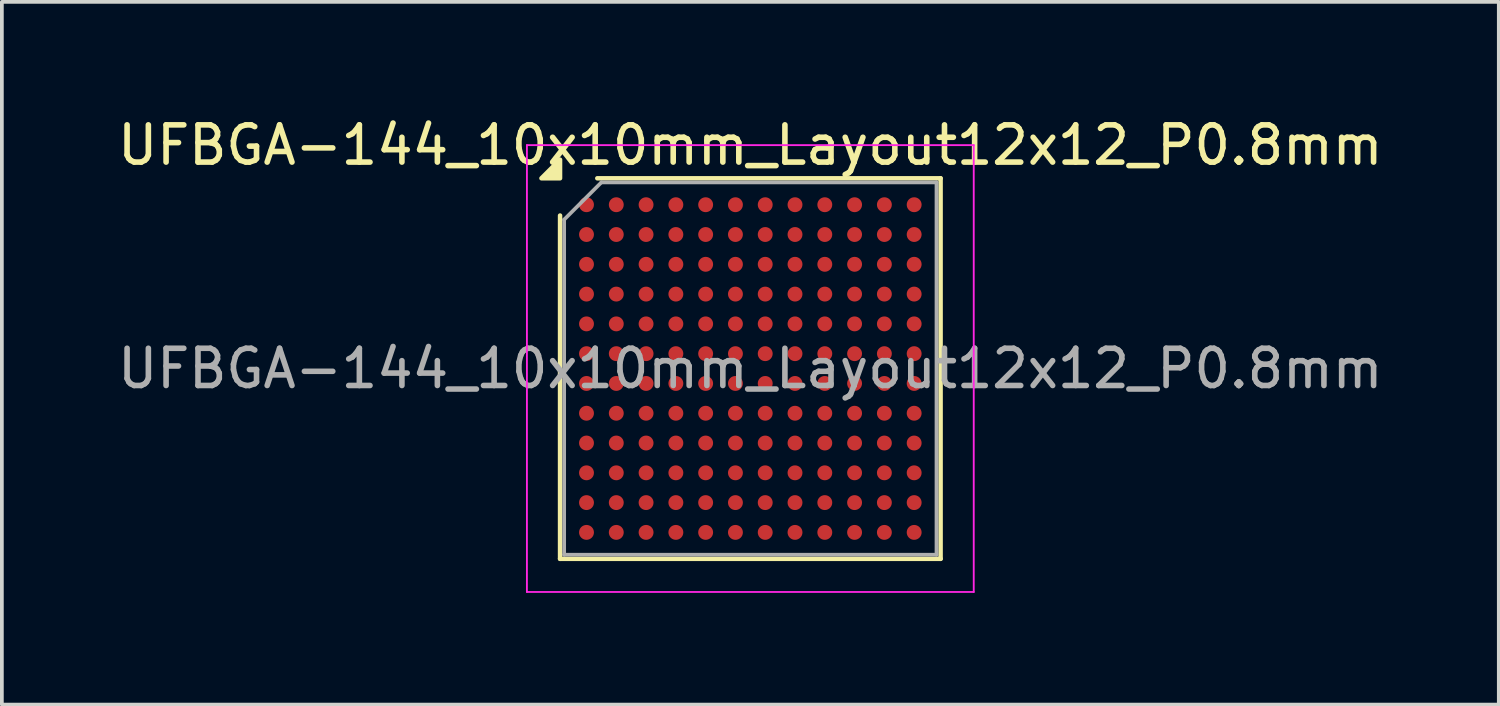
<source format=kicad_pcb>
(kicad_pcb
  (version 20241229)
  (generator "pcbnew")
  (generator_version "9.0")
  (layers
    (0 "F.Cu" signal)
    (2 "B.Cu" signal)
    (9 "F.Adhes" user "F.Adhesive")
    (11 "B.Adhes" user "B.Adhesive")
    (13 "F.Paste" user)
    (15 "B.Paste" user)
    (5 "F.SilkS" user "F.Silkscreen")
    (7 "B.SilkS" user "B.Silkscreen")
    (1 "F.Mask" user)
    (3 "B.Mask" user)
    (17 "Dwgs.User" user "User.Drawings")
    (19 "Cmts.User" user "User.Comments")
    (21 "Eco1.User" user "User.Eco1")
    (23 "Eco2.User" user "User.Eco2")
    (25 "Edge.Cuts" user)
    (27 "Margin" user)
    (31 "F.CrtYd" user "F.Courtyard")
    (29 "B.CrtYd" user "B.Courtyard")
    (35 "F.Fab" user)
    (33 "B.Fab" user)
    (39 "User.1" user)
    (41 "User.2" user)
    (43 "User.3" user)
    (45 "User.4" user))
  (footprint "UFBGA-144_10x10mm_Layout12x12_P0.8mm"
    (layer "F.Cu")
    (at 17.101 6.848)
    (property "Reference" "UFBGA-144_10x10mm_Layout12x12_P0.8mm" (at 0 -6 0) (layer "F.SilkS") (effects (font (size 1 1) (thickness 0.15))))
    (attr smd)
    (fp_line (start -5.11 5.11) (end -5.11 -4.11) (stroke (width 0.12) (type solid)) (layer "F.SilkS"))
    (fp_line (start -4.11 -5.11) (end 5.11 -5.11) (stroke (width 0.12) (type solid)) (layer "F.SilkS"))
    (fp_line (start 5.11 -5.11) (end 5.11 5.11) (stroke (width 0.12) (type solid)) (layer "F.SilkS"))
    (fp_line (start 5.11 5.11) (end -5.11 5.11) (stroke (width 0.12) (type solid)) (layer "F.SilkS"))
    (fp_poly (pts (xy -5.11 -5.11) (xy -5.61 -5.11) (xy -5.11 -5.61)) (stroke (width 0.12) (type solid)) (fill yes) (layer "F.SilkS"))
    (fp_line (start -6 -6) (end -6 6) (stroke (width 0.05) (type solid)) (layer "F.CrtYd"))
    (fp_line (start -6 6) (end 6 6) (stroke (width 0.05) (type solid)) (layer "F.CrtYd"))
    (fp_line (start 6 -6) (end -6 -6) (stroke (width 0.05) (type solid)) (layer "F.CrtYd"))
    (fp_line (start 6 6) (end 6 -6) (stroke (width 0.05) (type solid)) (layer "F.CrtYd"))
    (fp_line (start -5 -4) (end -4 -5) (stroke (width 0.1) (type solid)) (layer "F.Fab"))
    (fp_line (start -5 5) (end -5 -4) (stroke (width 0.1) (type solid)) (layer "F.Fab"))
    (fp_line (start -4 -5) (end 5 -5) (stroke (width 0.1) (type solid)) (layer "F.Fab"))
    (fp_line (start 5 -5) (end 5 5) (stroke (width 0.1) (type solid)) (layer "F.Fab"))
    (fp_line (start 5 5) (end -5 5) (stroke (width 0.1) (type solid)) (layer "F.Fab"))
    (fp_text user "${REFERENCE}" (at 0 0 0) (layer "F.Fab") (effects (font (size 1 1) (thickness 0.15))))
    (pad "A1" smd circle (at -4.4 -4.4) (size 0.4 0.4) (property pad_prop_bga) (layers "F.Cu" "F.Mask" "F.Paste"))
    (pad "A2" smd circle (at -3.6 -4.4) (size 0.4 0.4) (property pad_prop_bga) (layers "F.Cu" "F.Mask" "F.Paste"))
    (pad "A3" smd circle (at -2.8 -4.4) (size 0.4 0.4) (property pad_prop_bga) (layers "F.Cu" "F.Mask" "F.Paste"))
    (pad "A4" smd circle (at -2 -4.4) (size 0.4 0.4) (property pad_prop_bga) (layers "F.Cu" "F.Mask" "F.Paste"))
    (pad "A5" smd circle (at -1.2 -4.4) (size 0.4 0.4) (property pad_prop_bga) (layers "F.Cu" "F.Mask" "F.Paste"))
    (pad "A6" smd circle (at -0.4 -4.4) (size 0.4 0.4) (property pad_prop_bga) (layers "F.Cu" "F.Mask" "F.Paste"))
    (pad "A7" smd circle (at 0.4 -4.4) (size 0.4 0.4) (property pad_prop_bga) (layers "F.Cu" "F.Mask" "F.Paste"))
    (pad "A8" smd circle (at 1.2 -4.4) (size 0.4 0.4) (property pad_prop_bga) (layers "F.Cu" "F.Mask" "F.Paste"))
    (pad "A9" smd circle (at 2 -4.4) (size 0.4 0.4) (property pad_prop_bga) (layers "F.Cu" "F.Mask" "F.Paste"))
    (pad "A10" smd circle (at 2.8 -4.4) (size 0.4 0.4) (property pad_prop_bga) (layers "F.Cu" "F.Mask" "F.Paste"))
    (pad "A11" smd circle (at 3.6 -4.4) (size 0.4 0.4) (property pad_prop_bga) (layers "F.Cu" "F.Mask" "F.Paste"))
    (pad "A12" smd circle (at 4.4 -4.4) (size 0.4 0.4) (property pad_prop_bga) (layers "F.Cu" "F.Mask" "F.Paste"))
    (pad "B1" smd circle (at -4.4 -3.6) (size 0.4 0.4) (property pad_prop_bga) (layers "F.Cu" "F.Mask" "F.Paste"))
    (pad "B2" smd circle (at -3.6 -3.6) (size 0.4 0.4) (property pad_prop_bga) (layers "F.Cu" "F.Mask" "F.Paste"))
    (pad "B3" smd circle (at -2.8 -3.6) (size 0.4 0.4) (property pad_prop_bga) (layers "F.Cu" "F.Mask" "F.Paste"))
    (pad "B4" smd circle (at -2 -3.6) (size 0.4 0.4) (property pad_prop_bga) (layers "F.Cu" "F.Mask" "F.Paste"))
    (pad "B5" smd circle (at -1.2 -3.6) (size 0.4 0.4) (property pad_prop_bga) (layers "F.Cu" "F.Mask" "F.Paste"))
    (pad "B6" smd circle (at -0.4 -3.6) (size 0.4 0.4) (property pad_prop_bga) (layers "F.Cu" "F.Mask" "F.Paste"))
    (pad "B7" smd circle (at 0.4 -3.6) (size 0.4 0.4) (property pad_prop_bga) (layers "F.Cu" "F.Mask" "F.Paste"))
    (pad "B8" smd circle (at 1.2 -3.6) (size 0.4 0.4) (property pad_prop_bga) (layers "F.Cu" "F.Mask" "F.Paste"))
    (pad "B9" smd circle (at 2 -3.6) (size 0.4 0.4) (property pad_prop_bga) (layers "F.Cu" "F.Mask" "F.Paste"))
    (pad "B10" smd circle (at 2.8 -3.6) (size 0.4 0.4) (property pad_prop_bga) (layers "F.Cu" "F.Mask" "F.Paste"))
    (pad "B11" smd circle (at 3.6 -3.6) (size 0.4 0.4) (property pad_prop_bga) (layers "F.Cu" "F.Mask" "F.Paste"))
    (pad "B12" smd circle (at 4.4 -3.6) (size 0.4 0.4) (property pad_prop_bga) (layers "F.Cu" "F.Mask" "F.Paste"))
    (pad "C1" smd circle (at -4.4 -2.8) (size 0.4 0.4) (property pad_prop_bga) (layers "F.Cu" "F.Mask" "F.Paste"))
    (pad "C2" smd circle (at -3.6 -2.8) (size 0.4 0.4) (property pad_prop_bga) (layers "F.Cu" "F.Mask" "F.Paste"))
    (pad "C3" smd circle (at -2.8 -2.8) (size 0.4 0.4) (property pad_prop_bga) (layers "F.Cu" "F.Mask" "F.Paste"))
    (pad "C4" smd circle (at -2 -2.8) (size 0.4 0.4) (property pad_prop_bga) (layers "F.Cu" "F.Mask" "F.Paste"))
    (pad "C5" smd circle (at -1.2 -2.8) (size 0.4 0.4) (property pad_prop_bga) (layers "F.Cu" "F.Mask" "F.Paste"))
    (pad "C6" smd circle (at -0.4 -2.8) (size 0.4 0.4) (property pad_prop_bga) (layers "F.Cu" "F.Mask" "F.Paste"))
    (pad "C7" smd circle (at 0.4 -2.8) (size 0.4 0.4) (property pad_prop_bga) (layers "F.Cu" "F.Mask" "F.Paste"))
    (pad "C8" smd circle (at 1.2 -2.8) (size 0.4 0.4) (property pad_prop_bga) (layers "F.Cu" "F.Mask" "F.Paste"))
    (pad "C9" smd circle (at 2 -2.8) (size 0.4 0.4) (property pad_prop_bga) (layers "F.Cu" "F.Mask" "F.Paste"))
    (pad "C10" smd circle (at 2.8 -2.8) (size 0.4 0.4) (property pad_prop_bga) (layers "F.Cu" "F.Mask" "F.Paste"))
    (pad "C11" smd circle (at 3.6 -2.8) (size 0.4 0.4) (property pad_prop_bga) (layers "F.Cu" "F.Mask" "F.Paste"))
    (pad "C12" smd circle (at 4.4 -2.8) (size 0.4 0.4) (property pad_prop_bga) (layers "F.Cu" "F.Mask" "F.Paste"))
    (pad "D1" smd circle (at -4.4 -2) (size 0.4 0.4) (property pad_prop_bga) (layers "F.Cu" "F.Mask" "F.Paste"))
    (pad "D2" smd circle (at -3.6 -2) (size 0.4 0.4) (property pad_prop_bga) (layers "F.Cu" "F.Mask" "F.Paste"))
    (pad "D3" smd circle (at -2.8 -2) (size 0.4 0.4) (property pad_prop_bga) (layers "F.Cu" "F.Mask" "F.Paste"))
    (pad "D4" smd circle (at -2 -2) (size 0.4 0.4) (property pad_prop_bga) (layers "F.Cu" "F.Mask" "F.Paste"))
    (pad "D5" smd circle (at -1.2 -2) (size 0.4 0.4) (property pad_prop_bga) (layers "F.Cu" "F.Mask" "F.Paste"))
    (pad "D6" smd circle (at -0.4 -2) (size 0.4 0.4) (property pad_prop_bga) (layers "F.Cu" "F.Mask" "F.Paste"))
    (pad "D7" smd circle (at 0.4 -2) (size 0.4 0.4) (property pad_prop_bga) (layers "F.Cu" "F.Mask" "F.Paste"))
    (pad "D8" smd circle (at 1.2 -2) (size 0.4 0.4) (property pad_prop_bga) (layers "F.Cu" "F.Mask" "F.Paste"))
    (pad "D9" smd circle (at 2 -2) (size 0.4 0.4) (property pad_prop_bga) (layers "F.Cu" "F.Mask" "F.Paste"))
    (pad "D10" smd circle (at 2.8 -2) (size 0.4 0.4) (property pad_prop_bga) (layers "F.Cu" "F.Mask" "F.Paste"))
    (pad "D11" smd circle (at 3.6 -2) (size 0.4 0.4) (property pad_prop_bga) (layers "F.Cu" "F.Mask" "F.Paste"))
    (pad "D12" smd circle (at 4.4 -2) (size 0.4 0.4) (property pad_prop_bga) (layers "F.Cu" "F.Mask" "F.Paste"))
    (pad "E1" smd circle (at -4.4 -1.2) (size 0.4 0.4) (property pad_prop_bga) (layers "F.Cu" "F.Mask" "F.Paste"))
    (pad "E2" smd circle (at -3.6 -1.2) (size 0.4 0.4) (property pad_prop_bga) (layers "F.Cu" "F.Mask" "F.Paste"))
    (pad "E3" smd circle (at -2.8 -1.2) (size 0.4 0.4) (property pad_prop_bga) (layers "F.Cu" "F.Mask" "F.Paste"))
    (pad "E4" smd circle (at -2 -1.2) (size 0.4 0.4) (property pad_prop_bga) (layers "F.Cu" "F.Mask" "F.Paste"))
    (pad "E5" smd circle (at -1.2 -1.2) (size 0.4 0.4) (property pad_prop_bga) (layers "F.Cu" "F.Mask" "F.Paste"))
    (pad "E6" smd circle (at -0.4 -1.2) (size 0.4 0.4) (property pad_prop_bga) (layers "F.Cu" "F.Mask" "F.Paste"))
    (pad "E7" smd circle (at 0.4 -1.2) (size 0.4 0.4) (property pad_prop_bga) (layers "F.Cu" "F.Mask" "F.Paste"))
    (pad "E8" smd circle (at 1.2 -1.2) (size 0.4 0.4) (property pad_prop_bga) (layers "F.Cu" "F.Mask" "F.Paste"))
    (pad "E9" smd circle (at 2 -1.2) (size 0.4 0.4) (property pad_prop_bga) (layers "F.Cu" "F.Mask" "F.Paste"))
    (pad "E10" smd circle (at 2.8 -1.2) (size 0.4 0.4) (property pad_prop_bga) (layers "F.Cu" "F.Mask" "F.Paste"))
    (pad "E11" smd circle (at 3.6 -1.2) (size 0.4 0.4) (property pad_prop_bga) (layers "F.Cu" "F.Mask" "F.Paste"))
    (pad "E12" smd circle (at 4.4 -1.2) (size 0.4 0.4) (property pad_prop_bga) (layers "F.Cu" "F.Mask" "F.Paste"))
    (pad "F1" smd circle (at -4.4 -0.4) (size 0.4 0.4) (property pad_prop_bga) (layers "F.Cu" "F.Mask" "F.Paste"))
    (pad "F2" smd circle (at -3.6 -0.4) (size 0.4 0.4) (property pad_prop_bga) (layers "F.Cu" "F.Mask" "F.Paste"))
    (pad "F3" smd circle (at -2.8 -0.4) (size 0.4 0.4) (property pad_prop_bga) (layers "F.Cu" "F.Mask" "F.Paste"))
    (pad "F4" smd circle (at -2 -0.4) (size 0.4 0.4) (property pad_prop_bga) (layers "F.Cu" "F.Mask" "F.Paste"))
    (pad "F5" smd circle (at -1.2 -0.4) (size 0.4 0.4) (property pad_prop_bga) (layers "F.Cu" "F.Mask" "F.Paste"))
    (pad "F6" smd circle (at -0.4 -0.4) (size 0.4 0.4) (property pad_prop_bga) (layers "F.Cu" "F.Mask" "F.Paste"))
    (pad "F7" smd circle (at 0.4 -0.4) (size 0.4 0.4) (property pad_prop_bga) (layers "F.Cu" "F.Mask" "F.Paste"))
    (pad "F8" smd circle (at 1.2 -0.4) (size 0.4 0.4) (property pad_prop_bga) (layers "F.Cu" "F.Mask" "F.Paste"))
    (pad "F9" smd circle (at 2 -0.4) (size 0.4 0.4) (property pad_prop_bga) (layers "F.Cu" "F.Mask" "F.Paste"))
    (pad "F10" smd circle (at 2.8 -0.4) (size 0.4 0.4) (property pad_prop_bga) (layers "F.Cu" "F.Mask" "F.Paste"))
    (pad "F11" smd circle (at 3.6 -0.4) (size 0.4 0.4) (property pad_prop_bga) (layers "F.Cu" "F.Mask" "F.Paste"))
    (pad "F12" smd circle (at 4.4 -0.4) (size 0.4 0.4) (property pad_prop_bga) (layers "F.Cu" "F.Mask" "F.Paste"))
    (pad "G1" smd circle (at -4.4 0.4) (size 0.4 0.4) (property pad_prop_bga) (layers "F.Cu" "F.Mask" "F.Paste"))
    (pad "G2" smd circle (at -3.6 0.4) (size 0.4 0.4) (property pad_prop_bga) (layers "F.Cu" "F.Mask" "F.Paste"))
    (pad "G3" smd circle (at -2.8 0.4) (size 0.4 0.4) (property pad_prop_bga) (layers "F.Cu" "F.Mask" "F.Paste"))
    (pad "G4" smd circle (at -2 0.4) (size 0.4 0.4) (property pad_prop_bga) (layers "F.Cu" "F.Mask" "F.Paste"))
    (pad "G5" smd circle (at -1.2 0.4) (size 0.4 0.4) (property pad_prop_bga) (layers "F.Cu" "F.Mask" "F.Paste"))
    (pad "G6" smd circle (at -0.4 0.4) (size 0.4 0.4) (property pad_prop_bga) (layers "F.Cu" "F.Mask" "F.Paste"))
    (pad "G7" smd circle (at 0.4 0.4) (size 0.4 0.4) (property pad_prop_bga) (layers "F.Cu" "F.Mask" "F.Paste"))
    (pad "G8" smd circle (at 1.2 0.4) (size 0.4 0.4) (property pad_prop_bga) (layers "F.Cu" "F.Mask" "F.Paste"))
    (pad "G9" smd circle (at 2 0.4) (size 0.4 0.4) (property pad_prop_bga) (layers "F.Cu" "F.Mask" "F.Paste"))
    (pad "G10" smd circle (at 2.8 0.4) (size 0.4 0.4) (property pad_prop_bga) (layers "F.Cu" "F.Mask" "F.Paste"))
    (pad "G11" smd circle (at 3.6 0.4) (size 0.4 0.4) (property pad_prop_bga) (layers "F.Cu" "F.Mask" "F.Paste"))
    (pad "G12" smd circle (at 4.4 0.4) (size 0.4 0.4) (property pad_prop_bga) (layers "F.Cu" "F.Mask" "F.Paste"))
    (pad "H1" smd circle (at -4.4 1.2) (size 0.4 0.4) (property pad_prop_bga) (layers "F.Cu" "F.Mask" "F.Paste"))
    (pad "H2" smd circle (at -3.6 1.2) (size 0.4 0.4) (property pad_prop_bga) (layers "F.Cu" "F.Mask" "F.Paste"))
    (pad "H3" smd circle (at -2.8 1.2) (size 0.4 0.4) (property pad_prop_bga) (layers "F.Cu" "F.Mask" "F.Paste"))
    (pad "H4" smd circle (at -2 1.2) (size 0.4 0.4) (property pad_prop_bga) (layers "F.Cu" "F.Mask" "F.Paste"))
    (pad "H5" smd circle (at -1.2 1.2) (size 0.4 0.4) (property pad_prop_bga) (layers "F.Cu" "F.Mask" "F.Paste"))
    (pad "H6" smd circle (at -0.4 1.2) (size 0.4 0.4) (property pad_prop_bga) (layers "F.Cu" "F.Mask" "F.Paste"))
    (pad "H7" smd circle (at 0.4 1.2) (size 0.4 0.4) (property pad_prop_bga) (layers "F.Cu" "F.Mask" "F.Paste"))
    (pad "H8" smd circle (at 1.2 1.2) (size 0.4 0.4) (property pad_prop_bga) (layers "F.Cu" "F.Mask" "F.Paste"))
    (pad "H9" smd circle (at 2 1.2) (size 0.4 0.4) (property pad_prop_bga) (layers "F.Cu" "F.Mask" "F.Paste"))
    (pad "H10" smd circle (at 2.8 1.2) (size 0.4 0.4) (property pad_prop_bga) (layers "F.Cu" "F.Mask" "F.Paste"))
    (pad "H11" smd circle (at 3.6 1.2) (size 0.4 0.4) (property pad_prop_bga) (layers "F.Cu" "F.Mask" "F.Paste"))
    (pad "H12" smd circle (at 4.4 1.2) (size 0.4 0.4) (property pad_prop_bga) (layers "F.Cu" "F.Mask" "F.Paste"))
    (pad "J1" smd circle (at -4.4 2) (size 0.4 0.4) (property pad_prop_bga) (layers "F.Cu" "F.Mask" "F.Paste"))
    (pad "J2" smd circle (at -3.6 2) (size 0.4 0.4) (property pad_prop_bga) (layers "F.Cu" "F.Mask" "F.Paste"))
    (pad "J3" smd circle (at -2.8 2) (size 0.4 0.4) (property pad_prop_bga) (layers "F.Cu" "F.Mask" "F.Paste"))
    (pad "J4" smd circle (at -2 2) (size 0.4 0.4) (property pad_prop_bga) (layers "F.Cu" "F.Mask" "F.Paste"))
    (pad "J5" smd circle (at -1.2 2) (size 0.4 0.4) (property pad_prop_bga) (layers "F.Cu" "F.Mask" "F.Paste"))
    (pad "J6" smd circle (at -0.4 2) (size 0.4 0.4) (property pad_prop_bga) (layers "F.Cu" "F.Mask" "F.Paste"))
    (pad "J7" smd circle (at 0.4 2) (size 0.4 0.4) (property pad_prop_bga) (layers "F.Cu" "F.Mask" "F.Paste"))
    (pad "J8" smd circle (at 1.2 2) (size 0.4 0.4) (property pad_prop_bga) (layers "F.Cu" "F.Mask" "F.Paste"))
    (pad "J9" smd circle (at 2 2) (size 0.4 0.4) (property pad_prop_bga) (layers "F.Cu" "F.Mask" "F.Paste"))
    (pad "J10" smd circle (at 2.8 2) (size 0.4 0.4) (property pad_prop_bga) (layers "F.Cu" "F.Mask" "F.Paste"))
    (pad "J11" smd circle (at 3.6 2) (size 0.4 0.4) (property pad_prop_bga) (layers "F.Cu" "F.Mask" "F.Paste"))
    (pad "J12" smd circle (at 4.4 2) (size 0.4 0.4) (property pad_prop_bga) (layers "F.Cu" "F.Mask" "F.Paste"))
    (pad "K1" smd circle (at -4.4 2.8) (size 0.4 0.4) (property pad_prop_bga) (layers "F.Cu" "F.Mask" "F.Paste"))
    (pad "K2" smd circle (at -3.6 2.8) (size 0.4 0.4) (property pad_prop_bga) (layers "F.Cu" "F.Mask" "F.Paste"))
    (pad "K3" smd circle (at -2.8 2.8) (size 0.4 0.4) (property pad_prop_bga) (layers "F.Cu" "F.Mask" "F.Paste"))
    (pad "K4" smd circle (at -2 2.8) (size 0.4 0.4) (property pad_prop_bga) (layers "F.Cu" "F.Mask" "F.Paste"))
    (pad "K5" smd circle (at -1.2 2.8) (size 0.4 0.4) (property pad_prop_bga) (layers "F.Cu" "F.Mask" "F.Paste"))
    (pad "K6" smd circle (at -0.4 2.8) (size 0.4 0.4) (property pad_prop_bga) (layers "F.Cu" "F.Mask" "F.Paste"))
    (pad "K7" smd circle (at 0.4 2.8) (size 0.4 0.4) (property pad_prop_bga) (layers "F.Cu" "F.Mask" "F.Paste"))
    (pad "K8" smd circle (at 1.2 2.8) (size 0.4 0.4) (property pad_prop_bga) (layers "F.Cu" "F.Mask" "F.Paste"))
    (pad "K9" smd circle (at 2 2.8) (size 0.4 0.4) (property pad_prop_bga) (layers "F.Cu" "F.Mask" "F.Paste"))
    (pad "K10" smd circle (at 2.8 2.8) (size 0.4 0.4) (property pad_prop_bga) (layers "F.Cu" "F.Mask" "F.Paste"))
    (pad "K11" smd circle (at 3.6 2.8) (size 0.4 0.4) (property pad_prop_bga) (layers "F.Cu" "F.Mask" "F.Paste"))
    (pad "K12" smd circle (at 4.4 2.8) (size 0.4 0.4) (property pad_prop_bga) (layers "F.Cu" "F.Mask" "F.Paste"))
    (pad "L1" smd circle (at -4.4 3.6) (size 0.4 0.4) (property pad_prop_bga) (layers "F.Cu" "F.Mask" "F.Paste"))
    (pad "L2" smd circle (at -3.6 3.6) (size 0.4 0.4) (property pad_prop_bga) (layers "F.Cu" "F.Mask" "F.Paste"))
    (pad "L3" smd circle (at -2.8 3.6) (size 0.4 0.4) (property pad_prop_bga) (layers "F.Cu" "F.Mask" "F.Paste"))
    (pad "L4" smd circle (at -2 3.6) (size 0.4 0.4) (property pad_prop_bga) (layers "F.Cu" "F.Mask" "F.Paste"))
    (pad "L5" smd circle (at -1.2 3.6) (size 0.4 0.4) (property pad_prop_bga) (layers "F.Cu" "F.Mask" "F.Paste"))
    (pad "L6" smd circle (at -0.4 3.6) (size 0.4 0.4) (property pad_prop_bga) (layers "F.Cu" "F.Mask" "F.Paste"))
    (pad "L7" smd circle (at 0.4 3.6) (size 0.4 0.4) (property pad_prop_bga) (layers "F.Cu" "F.Mask" "F.Paste"))
    (pad "L8" smd circle (at 1.2 3.6) (size 0.4 0.4) (property pad_prop_bga) (layers "F.Cu" "F.Mask" "F.Paste"))
    (pad "L9" smd circle (at 2 3.6) (size 0.4 0.4) (property pad_prop_bga) (layers "F.Cu" "F.Mask" "F.Paste"))
    (pad "L10" smd circle (at 2.8 3.6) (size 0.4 0.4) (property pad_prop_bga) (layers "F.Cu" "F.Mask" "F.Paste"))
    (pad "L11" smd circle (at 3.6 3.6) (size 0.4 0.4) (property pad_prop_bga) (layers "F.Cu" "F.Mask" "F.Paste"))
    (pad "L12" smd circle (at 4.4 3.6) (size 0.4 0.4) (property pad_prop_bga) (layers "F.Cu" "F.Mask" "F.Paste"))
    (pad "M1" smd circle (at -4.4 4.4) (size 0.4 0.4) (property pad_prop_bga) (layers "F.Cu" "F.Mask" "F.Paste"))
    (pad "M2" smd circle (at -3.6 4.4) (size 0.4 0.4) (property pad_prop_bga) (layers "F.Cu" "F.Mask" "F.Paste"))
    (pad "M3" smd circle (at -2.8 4.4) (size 0.4 0.4) (property pad_prop_bga) (layers "F.Cu" "F.Mask" "F.Paste"))
    (pad "M4" smd circle (at -2 4.4) (size 0.4 0.4) (property pad_prop_bga) (layers "F.Cu" "F.Mask" "F.Paste"))
    (pad "M5" smd circle (at -1.2 4.4) (size 0.4 0.4) (property pad_prop_bga) (layers "F.Cu" "F.Mask" "F.Paste"))
    (pad "M6" smd circle (at -0.4 4.4) (size 0.4 0.4) (property pad_prop_bga) (layers "F.Cu" "F.Mask" "F.Paste"))
    (pad "M7" smd circle (at 0.4 4.4) (size 0.4 0.4) (property pad_prop_bga) (layers "F.Cu" "F.Mask" "F.Paste"))
    (pad "M8" smd circle (at 1.2 4.4) (size 0.4 0.4) (property pad_prop_bga) (layers "F.Cu" "F.Mask" "F.Paste"))
    (pad "M9" smd circle (at 2 4.4) (size 0.4 0.4) (property pad_prop_bga) (layers "F.Cu" "F.Mask" "F.Paste"))
    (pad "M10" smd circle (at 2.8 4.4) (size 0.4 0.4) (property pad_prop_bga) (layers "F.Cu" "F.Mask" "F.Paste"))
    (pad "M11" smd circle (at 3.6 4.4) (size 0.4 0.4) (property pad_prop_bga) (layers "F.Cu" "F.Mask" "F.Paste"))
    (pad "M12" smd circle (at 4.4 4.4) (size 0.4 0.4) (property pad_prop_bga) (layers "F.Cu" "F.Mask" "F.Paste")))
  (gr_rect
    (start -3 -3)
    (end 37.202 15.873)
    (stroke (width 0.1) (type default))
    (fill no)
    (layer "Edge.Cuts")))
</source>
